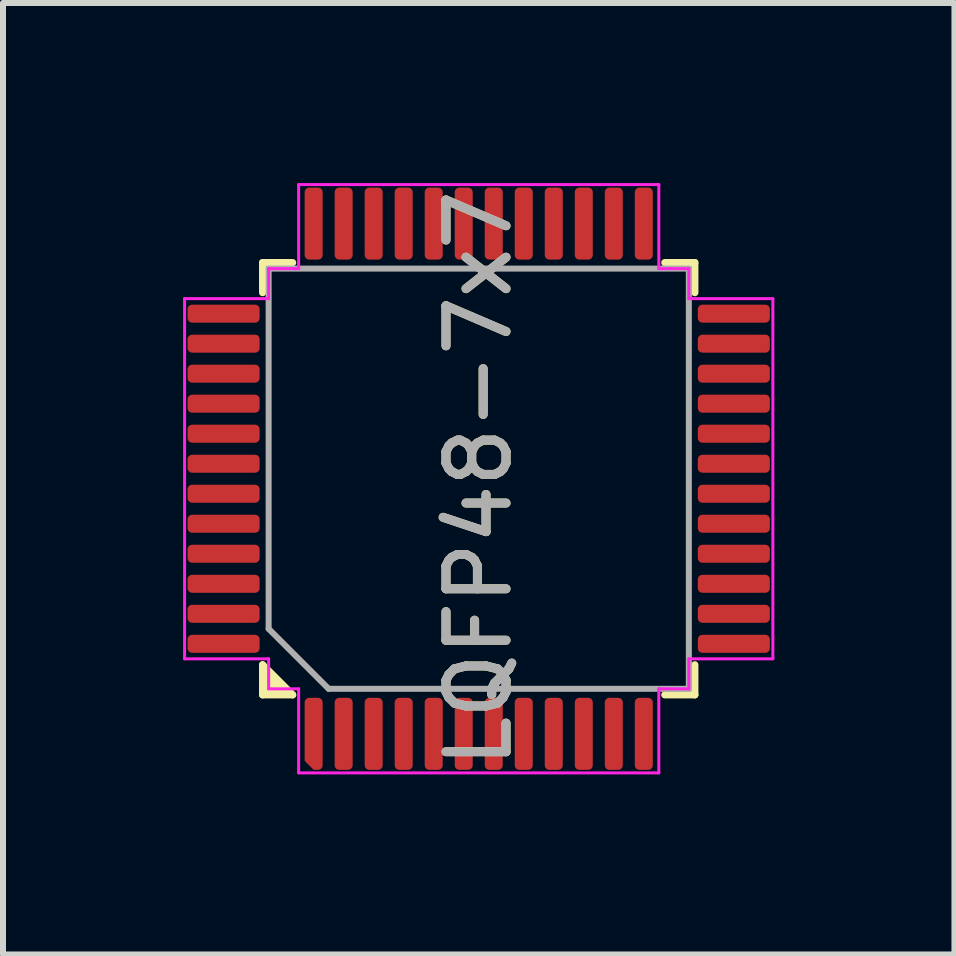
<source format=kicad_pcb>
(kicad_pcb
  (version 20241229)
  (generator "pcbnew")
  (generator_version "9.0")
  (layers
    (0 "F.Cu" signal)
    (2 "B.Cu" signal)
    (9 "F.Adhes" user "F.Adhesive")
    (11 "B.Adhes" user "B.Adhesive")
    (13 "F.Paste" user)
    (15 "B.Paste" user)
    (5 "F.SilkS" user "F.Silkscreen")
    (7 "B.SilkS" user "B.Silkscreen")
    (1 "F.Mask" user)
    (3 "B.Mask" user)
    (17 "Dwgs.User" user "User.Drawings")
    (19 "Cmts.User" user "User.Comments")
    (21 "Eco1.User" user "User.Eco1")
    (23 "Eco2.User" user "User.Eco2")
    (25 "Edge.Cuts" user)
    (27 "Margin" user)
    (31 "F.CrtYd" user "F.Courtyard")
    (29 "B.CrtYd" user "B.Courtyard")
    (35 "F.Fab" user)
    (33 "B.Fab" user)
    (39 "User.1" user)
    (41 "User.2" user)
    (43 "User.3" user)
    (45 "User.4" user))
  (footprint "LQFP48-7x7"
    (layer "F.Cu")
    (at 4.925 4.925)
    (property "Reference" "LQFP48-7x7" (at 0 0 90) (unlocked yes) (layer "F.SilkS") (effects (font (size 1 1) (thickness 0.15))))
    (attr smd)
    (fp_line (start -3.6 -3.6) (end -3.6 -3.1) (stroke (width 0.12) (type solid)) (layer "F.SilkS"))
    (fp_line (start -3.6 3.1) (end -3.6 3.6) (stroke (width 0.12) (type solid)) (layer "F.SilkS"))
    (fp_line (start -3.6 3.6) (end -3.1 3.6) (stroke (width 0.12) (type solid)) (layer "F.SilkS"))
    (fp_line (start -3.1 -3.6) (end -3.6 -3.6) (stroke (width 0.12) (type solid)) (layer "F.SilkS"))
    (fp_line (start -3.1 3.6) (end -3.6 3.1) (stroke (width 0.12) (type solid)) (layer "F.SilkS"))
    (fp_line (start 3.1 -3.6) (end 3.6 -3.6) (stroke (width 0.12) (type solid)) (layer "F.SilkS"))
    (fp_line (start 3.6 -3.6) (end 3.6 -3.1) (stroke (width 0.12) (type solid)) (layer "F.SilkS"))
    (fp_line (start 3.6 3.6) (end 3.1 3.6) (stroke (width 0.12) (type solid)) (layer "F.SilkS"))
    (fp_line (start 3.6 3.6) (end 3.6 3.1) (stroke (width 0.12) (type solid)) (layer "F.SilkS"))
    (fp_poly (pts (xy -3.1 3.6) (xy -3.6 3.6) (xy -3.6 3.1)) (stroke (width 0.1) (type solid)) (fill yes) (layer "F.SilkS"))
    (fp_line (start -4.9 -3) (end -4.9 3) (stroke (width 0.05) (type solid)) (layer "F.CrtYd"))
    (fp_line (start -4.9 3) (end -3.5 3) (stroke (width 0.05) (type solid)) (layer "F.CrtYd"))
    (fp_line (start -3.5 -3.5) (end -3.5 -3) (stroke (width 0.05) (type solid)) (layer "F.CrtYd"))
    (fp_line (start -3.5 -3) (end -4.9 -3) (stroke (width 0.05) (type solid)) (layer "F.CrtYd"))
    (fp_line (start -3.5 3) (end -3.5 3.5) (stroke (width 0.05) (type solid)) (layer "F.CrtYd"))
    (fp_line (start -3.5 3.5) (end -3 3.5) (stroke (width 0.05) (type solid)) (layer "F.CrtYd"))
    (fp_line (start -3 -4.9) (end -3 -3.5) (stroke (width 0.05) (type solid)) (layer "F.CrtYd"))
    (fp_line (start -3 -3.5) (end -3.5 -3.5) (stroke (width 0.05) (type solid)) (layer "F.CrtYd"))
    (fp_line (start -3 3.5) (end -3 4.9) (stroke (width 0.05) (type solid)) (layer "F.CrtYd"))
    (fp_line (start -3 4.9) (end 3 4.9) (stroke (width 0.05) (type solid)) (layer "F.CrtYd"))
    (fp_line (start 3 -4.9) (end -3 -4.9) (stroke (width 0.05) (type solid)) (layer "F.CrtYd"))
    (fp_line (start 3 -3.5) (end 3 -4.9) (stroke (width 0.05) (type solid)) (layer "F.CrtYd"))
    (fp_line (start 3 3.5) (end 3.5 3.5) (stroke (width 0.05) (type solid)) (layer "F.CrtYd"))
    (fp_line (start 3 4.9) (end 3 3.5) (stroke (width 0.05) (type solid)) (layer "F.CrtYd"))
    (fp_line (start 3.5 -3.5) (end 3 -3.5) (stroke (width 0.05) (type solid)) (layer "F.CrtYd"))
    (fp_line (start 3.5 -3) (end 3.5 -3.5) (stroke (width 0.05) (type solid)) (layer "F.CrtYd"))
    (fp_line (start 3.5 3) (end 4.9 3) (stroke (width 0.05) (type solid)) (layer "F.CrtYd"))
    (fp_line (start 3.5 3.5) (end 3.5 3) (stroke (width 0.05) (type solid)) (layer "F.CrtYd"))
    (fp_line (start 4.9 -3) (end 3.5 -3) (stroke (width 0.05) (type solid)) (layer "F.CrtYd"))
    (fp_line (start 4.9 3) (end 4.9 -3) (stroke (width 0.05) (type solid)) (layer "F.CrtYd"))
    (fp_line (start -3.5 -3.5) (end -3.5 2.5) (stroke (width 0.1) (type solid)) (layer "F.Fab"))
    (fp_line (start -3.5 2.5) (end -2.5 3.5) (stroke (width 0.1) (type solid)) (layer "F.Fab"))
    (fp_line (start -2.5 3.5) (end 3.5 3.5) (stroke (width 0.1) (type solid)) (layer "F.Fab"))
    (fp_line (start 3.5 -3.5) (end -3.5 -3.5) (stroke (width 0.1) (type solid)) (layer "F.Fab"))
    (fp_line (start 3.5 3.5) (end 3.5 -3.5) (stroke (width 0.1) (type solid)) (layer "F.Fab"))
    (fp_text user "${REFERENCE}" (at 0 0 90) (unlocked yes) (layer "F.Fab") (effects (font (size 1 1) (thickness 0.15))))
    (pad "1" smd roundrect (at -2.75 4.25 90) (size 1.2 0.3) (layers "F.Cu" "F.Mask" "F.Paste") (roundrect_rratio 0.25) (chamfer_ratio 0.5) (chamfer top_left))
    (pad "2" smd roundrect (at -2.25 4.25 90) (size 1.2 0.3) (layers "F.Cu" "F.Mask" "F.Paste") (roundrect_rratio 0.25))
    (pad "3" smd roundrect (at -1.75 4.25 90) (size 1.2 0.3) (layers "F.Cu" "F.Mask" "F.Paste") (roundrect_rratio 0.25))
    (pad "4" smd roundrect (at -1.25 4.25 90) (size 1.2 0.3) (layers "F.Cu" "F.Mask" "F.Paste") (roundrect_rratio 0.25))
    (pad "5" smd roundrect (at -0.75 4.25 90) (size 1.2 0.3) (layers "F.Cu" "F.Mask" "F.Paste") (roundrect_rratio 0.25))
    (pad "6" smd roundrect (at -0.25 4.25 90) (size 1.2 0.3) (layers "F.Cu" "F.Mask" "F.Paste") (roundrect_rratio 0.25))
    (pad "7" smd roundrect (at 0.25 4.25 90) (size 1.2 0.3) (layers "F.Cu" "F.Mask" "F.Paste") (roundrect_rratio 0.25))
    (pad "8" smd roundrect (at 0.75 4.25 90) (size 1.2 0.3) (layers "F.Cu" "F.Mask" "F.Paste") (roundrect_rratio 0.25))
    (pad "9" smd roundrect (at 1.25 4.25 90) (size 1.2 0.3) (layers "F.Cu" "F.Mask" "F.Paste") (roundrect_rratio 0.25))
    (pad "10" smd roundrect (at 1.75 4.25 90) (size 1.2 0.3) (layers "F.Cu" "F.Mask" "F.Paste") (roundrect_rratio 0.25))
    (pad "11" smd roundrect (at 2.25 4.25 90) (size 1.2 0.3) (layers "F.Cu" "F.Mask" "F.Paste") (roundrect_rratio 0.25))
    (pad "12" smd roundrect (at 2.75 4.25 90) (size 1.2 0.3) (layers "F.Cu" "F.Mask" "F.Paste") (roundrect_rratio 0.25))
    (pad "13" smd roundrect (at 4.25 2.75 180) (size 1.2 0.3) (layers "F.Cu" "F.Mask" "F.Paste") (roundrect_rratio 0.25))
    (pad "14" smd roundrect (at 4.25 2.25 180) (size 1.2 0.3) (layers "F.Cu" "F.Mask" "F.Paste") (roundrect_rratio 0.25))
    (pad "15" smd roundrect (at 4.25 1.75 180) (size 1.2 0.3) (layers "F.Cu" "F.Mask" "F.Paste") (roundrect_rratio 0.25))
    (pad "16" smd roundrect (at 4.25 1.25 180) (size 1.2 0.3) (layers "F.Cu" "F.Mask" "F.Paste") (roundrect_rratio 0.25))
    (pad "17" smd roundrect (at 4.25 0.75 180) (size 1.2 0.3) (layers "F.Cu" "F.Mask" "F.Paste") (roundrect_rratio 0.25))
    (pad "18" smd roundrect (at 4.25 0.25 180) (size 1.2 0.3) (layers "F.Cu" "F.Mask" "F.Paste") (roundrect_rratio 0.25))
    (pad "19" smd roundrect (at 4.25 -0.25 180) (size 1.2 0.3) (layers "F.Cu" "F.Mask" "F.Paste") (roundrect_rratio 0.25))
    (pad "20" smd roundrect (at 4.25 -0.75 180) (size 1.2 0.3) (layers "F.Cu" "F.Mask" "F.Paste") (roundrect_rratio 0.25))
    (pad "21" smd roundrect (at 4.25 -1.25 180) (size 1.2 0.3) (layers "F.Cu" "F.Mask" "F.Paste") (roundrect_rratio 0.25))
    (pad "22" smd roundrect (at 4.25 -1.75 180) (size 1.2 0.3) (layers "F.Cu" "F.Mask" "F.Paste") (roundrect_rratio 0.25))
    (pad "23" smd roundrect (at 4.25 -2.25 180) (size 1.2 0.3) (layers "F.Cu" "F.Mask" "F.Paste") (roundrect_rratio 0.25))
    (pad "24" smd roundrect (at 4.25 -2.75 180) (size 1.2 0.3) (layers "F.Cu" "F.Mask" "F.Paste") (roundrect_rratio 0.25))
    (pad "25" smd roundrect (at 2.75 -4.25 90) (size 1.2 0.3) (layers "F.Cu" "F.Mask" "F.Paste") (roundrect_rratio 0.25))
    (pad "26" smd roundrect (at 2.25 -4.25 90) (size 1.2 0.3) (layers "F.Cu" "F.Mask" "F.Paste") (roundrect_rratio 0.25))
    (pad "27" smd roundrect (at 1.75 -4.25 90) (size 1.2 0.3) (layers "F.Cu" "F.Mask" "F.Paste") (roundrect_rratio 0.25))
    (pad "28" smd roundrect (at 1.25 -4.25 90) (size 1.2 0.3) (layers "F.Cu" "F.Mask" "F.Paste") (roundrect_rratio 0.25))
    (pad "29" smd roundrect (at 0.75 -4.25 90) (size 1.2 0.3) (layers "F.Cu" "F.Mask" "F.Paste") (roundrect_rratio 0.25))
    (pad "30" smd roundrect (at 0.25 -4.25 90) (size 1.2 0.3) (layers "F.Cu" "F.Mask" "F.Paste") (roundrect_rratio 0.25))
    (pad "31" smd roundrect (at -0.25 -4.25 90) (size 1.2 0.3) (layers "F.Cu" "F.Mask" "F.Paste") (roundrect_rratio 0.25))
    (pad "32" smd roundrect (at -0.75 -4.25 90) (size 1.2 0.3) (layers "F.Cu" "F.Mask" "F.Paste") (roundrect_rratio 0.25))
    (pad "33" smd roundrect (at -1.25 -4.25 90) (size 1.2 0.3) (layers "F.Cu" "F.Mask" "F.Paste") (roundrect_rratio 0.25))
    (pad "34" smd roundrect (at -1.75 -4.25 90) (size 1.2 0.3) (layers "F.Cu" "F.Mask" "F.Paste") (roundrect_rratio 0.25))
    (pad "35" smd roundrect (at -2.25 -4.25 90) (size 1.2 0.3) (layers "F.Cu" "F.Mask" "F.Paste") (roundrect_rratio 0.25))
    (pad "36" smd roundrect (at -2.75 -4.25 90) (size 1.2 0.3) (layers "F.Cu" "F.Mask" "F.Paste") (roundrect_rratio 0.25))
    (pad "37" smd roundrect (at -4.25 -2.75 180) (size 1.2 0.3) (layers "F.Cu" "F.Mask" "F.Paste") (roundrect_rratio 0.25))
    (pad "38" smd roundrect (at -4.25 -2.25 180) (size 1.2 0.3) (layers "F.Cu" "F.Mask" "F.Paste") (roundrect_rratio 0.25))
    (pad "39" smd roundrect (at -4.25 -1.75 180) (size 1.2 0.3) (layers "F.Cu" "F.Mask" "F.Paste") (roundrect_rratio 0.25))
    (pad "40" smd roundrect (at -4.25 -1.25 180) (size 1.2 0.3) (layers "F.Cu" "F.Mask" "F.Paste") (roundrect_rratio 0.25))
    (pad "41" smd roundrect (at -4.25 -0.75 180) (size 1.2 0.3) (layers "F.Cu" "F.Mask" "F.Paste") (roundrect_rratio 0.25))
    (pad "42" smd roundrect (at -4.25 -0.25 180) (size 1.2 0.3) (layers "F.Cu" "F.Mask" "F.Paste") (roundrect_rratio 0.25))
    (pad "43" smd roundrect (at -4.25 0.25 180) (size 1.2 0.3) (layers "F.Cu" "F.Mask" "F.Paste") (roundrect_rratio 0.25))
    (pad "44" smd roundrect (at -4.25 0.75 180) (size 1.2 0.3) (layers "F.Cu" "F.Mask" "F.Paste") (roundrect_rratio 0.25))
    (pad "45" smd roundrect (at -4.25 1.25 180) (size 1.2 0.3) (layers "F.Cu" "F.Mask" "F.Paste") (roundrect_rratio 0.25))
    (pad "46" smd roundrect (at -4.25 1.75 180) (size 1.2 0.3) (layers "F.Cu" "F.Mask" "F.Paste") (roundrect_rratio 0.25))
    (pad "47" smd roundrect (at -4.25 2.25 180) (size 1.2 0.3) (layers "F.Cu" "F.Mask" "F.Paste") (roundrect_rratio 0.25))
    (pad "48" smd roundrect (at -4.25 2.75 180) (size 1.2 0.3) (layers "F.Cu" "F.Mask" "F.Paste") (roundrect_rratio 0.25)))
  (gr_rect
    (start -3 -3)
    (end 12.85 12.85)
    (stroke (width 0.1) (type default))
    (fill no)
    (layer "Edge.Cuts")))
</source>
